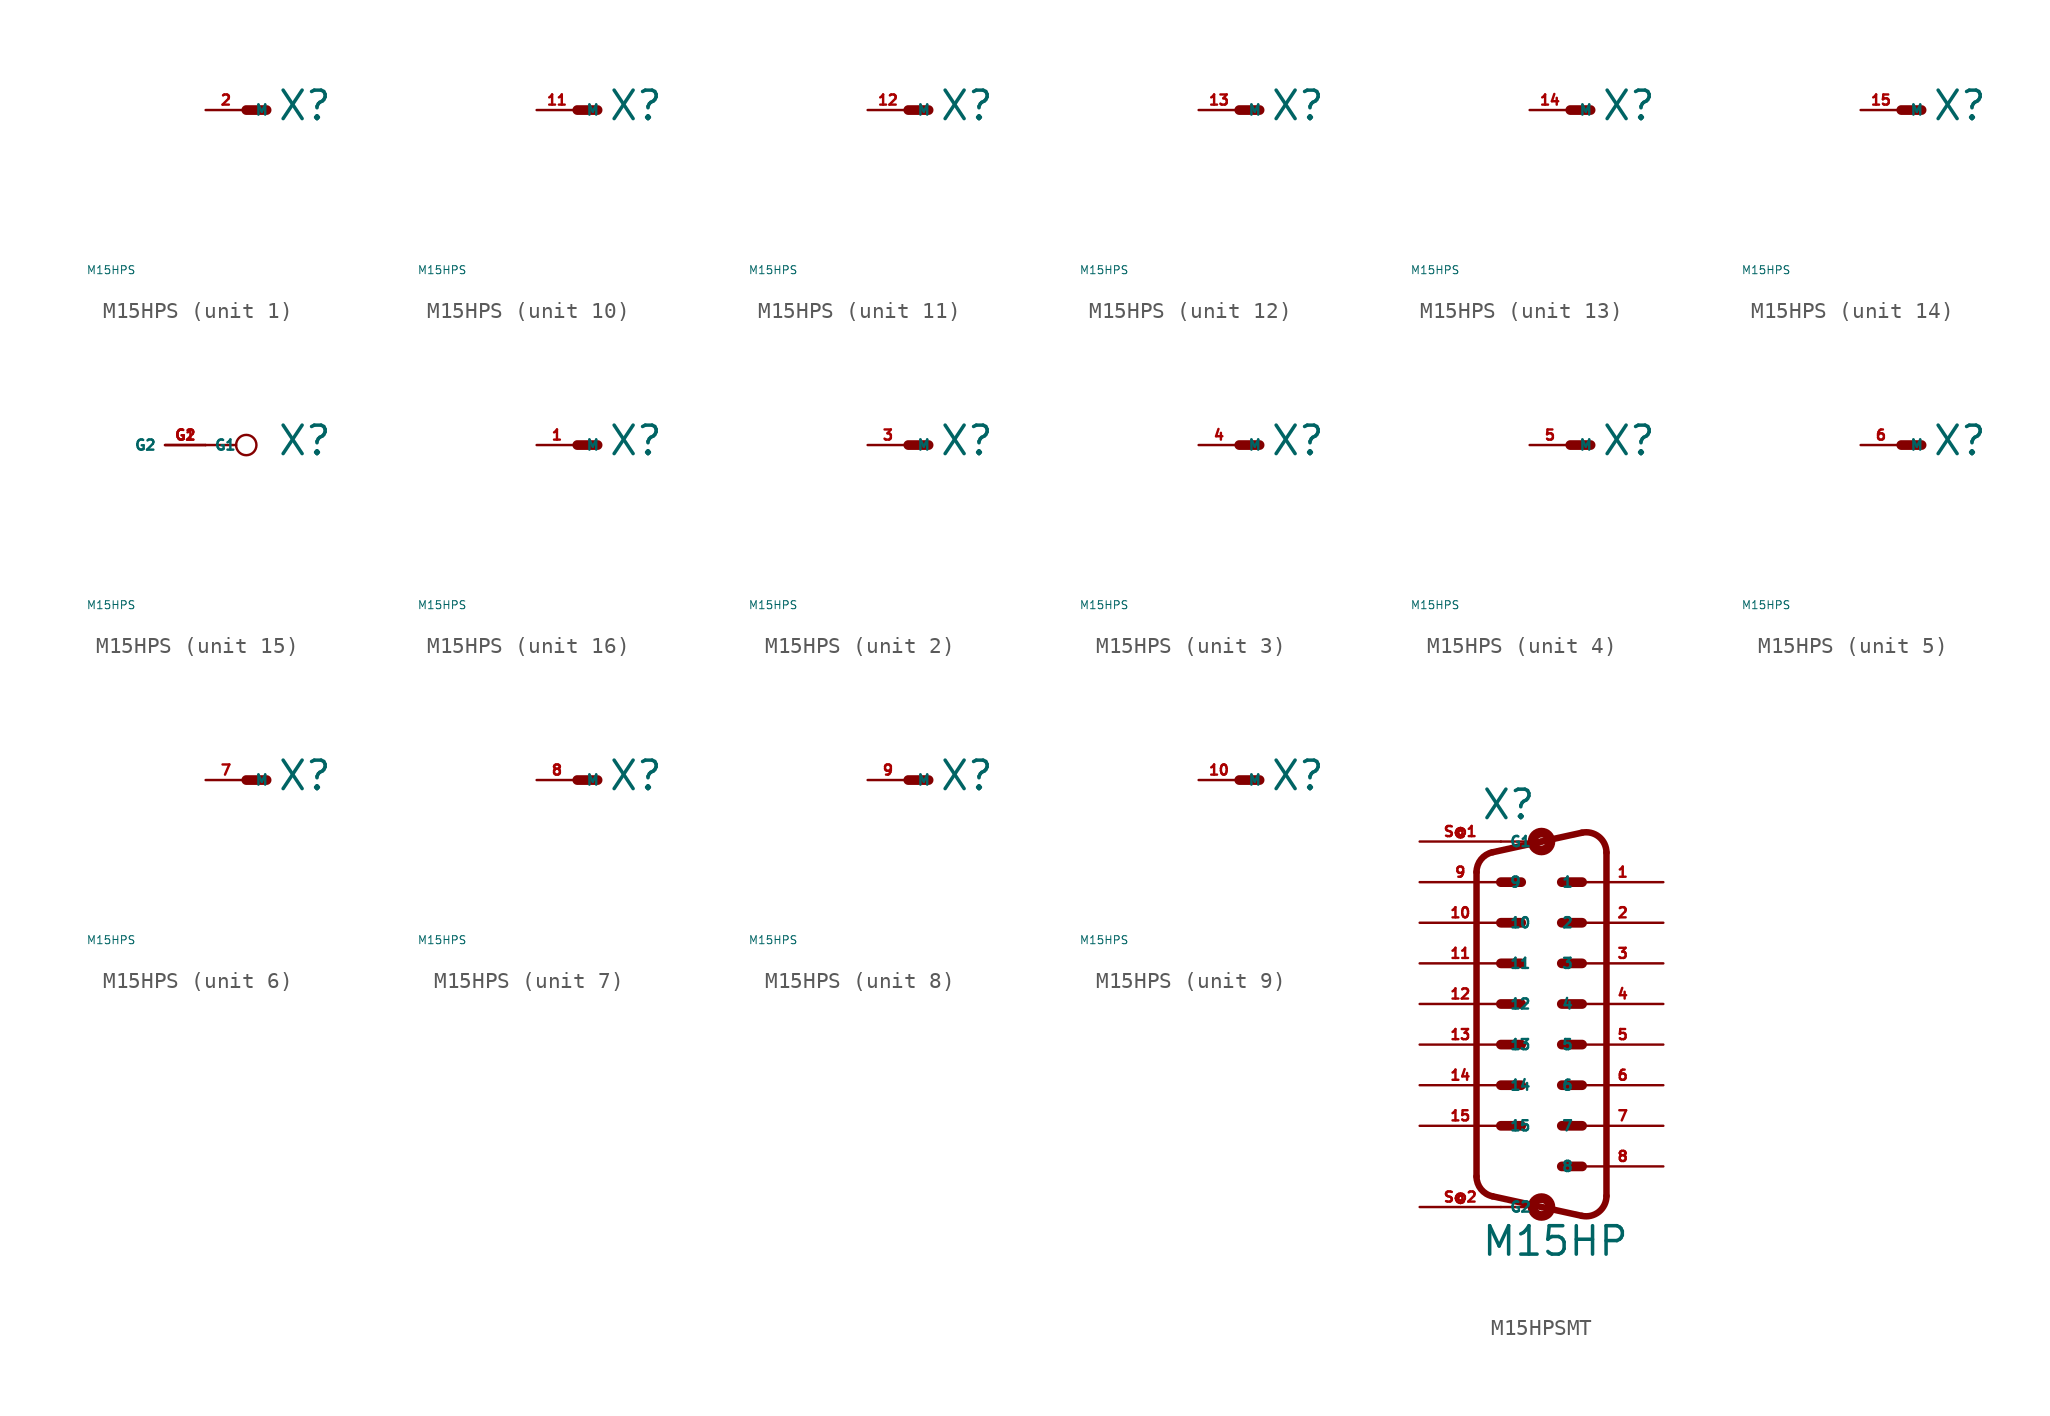
<source format=kicad_sym>
(kicad_symbol_lib
  (version 20220914)
  (generator Eagle2Kicad)
  (symbol "M15HPS"
    (property "Reference" "X"
      (at 1.905 -0.762 0)
      (effects (font (size 1.778 1.778) (thickness 0.22)) (justify left bottom)))
    (property "Value" "M15HPS"
      (at -10 -10 0)
      (effects (font (size 0.5 0.5) (thickness 0.06)) (justify left)))
    (symbol "M15HPS_1_0"
      (polyline (pts (xy 0 0) (xy 1.27 0)) (stroke (width 0.61) (type default)) (fill (type none)))
      (pin passive line (at -2.54 0 0) (length 2.54) (name "M" (effects (font (size 0.635 0.635) (thickness 0.08)) (justify left bottom))) (number "2" (effects (font (size 0.635 0.635) (thickness 0.08)) (justify left bottom)))))
    (symbol "M15HPS_2_0"
      (polyline (pts (xy 0 0) (xy 1.27 0)) (stroke (width 0.61) (type default)) (fill (type none)))
      (pin passive line (at -2.54 0 0) (length 2.54) (name "M" (effects (font (size 0.635 0.635) (thickness 0.08)) (justify left bottom))) (number "3" (effects (font (size 0.635 0.635) (thickness 0.08)) (justify left bottom)))))
    (symbol "M15HPS_3_0"
      (polyline (pts (xy 0 0) (xy 1.27 0)) (stroke (width 0.61) (type default)) (fill (type none)))
      (pin passive line (at -2.54 0 0) (length 2.54) (name "M" (effects (font (size 0.635 0.635) (thickness 0.08)) (justify left bottom))) (number "4" (effects (font (size 0.635 0.635) (thickness 0.08)) (justify left bottom)))))
    (symbol "M15HPS_4_0"
      (polyline (pts (xy 0 0) (xy 1.27 0)) (stroke (width 0.61) (type default)) (fill (type none)))
      (pin passive line (at -2.54 0 0) (length 2.54) (name "M" (effects (font (size 0.635 0.635) (thickness 0.08)) (justify left bottom))) (number "5" (effects (font (size 0.635 0.635) (thickness 0.08)) (justify left bottom)))))
    (symbol "M15HPS_5_0"
      (polyline (pts (xy 0 0) (xy 1.27 0)) (stroke (width 0.61) (type default)) (fill (type none)))
      (pin passive line (at -2.54 0 0) (length 2.54) (name "M" (effects (font (size 0.635 0.635) (thickness 0.08)) (justify left bottom))) (number "6" (effects (font (size 0.635 0.635) (thickness 0.08)) (justify left bottom)))))
    (symbol "M15HPS_6_0"
      (polyline (pts (xy 0 0) (xy 1.27 0)) (stroke (width 0.61) (type default)) (fill (type none)))
      (pin passive line (at -2.54 0 0) (length 2.54) (name "M" (effects (font (size 0.635 0.635) (thickness 0.08)) (justify left bottom))) (number "7" (effects (font (size 0.635 0.635) (thickness 0.08)) (justify left bottom)))))
    (symbol "M15HPS_7_0"
      (polyline (pts (xy 0 0) (xy 1.27 0)) (stroke (width 0.61) (type default)) (fill (type none)))
      (pin passive line (at -2.54 0 0) (length 2.54) (name "M" (effects (font (size 0.635 0.635) (thickness 0.08)) (justify left bottom))) (number "8" (effects (font (size 0.635 0.635) (thickness 0.08)) (justify left bottom)))))
    (symbol "M15HPS_8_0"
      (polyline (pts (xy 0 0) (xy 1.27 0)) (stroke (width 0.61) (type default)) (fill (type none)))
      (pin passive line (at -2.54 0 0) (length 2.54) (name "M" (effects (font (size 0.635 0.635) (thickness 0.08)) (justify left bottom))) (number "9" (effects (font (size 0.635 0.635) (thickness 0.08)) (justify left bottom)))))
    (symbol "M15HPS_9_0"
      (polyline (pts (xy 0 0) (xy 1.27 0)) (stroke (width 0.61) (type default)) (fill (type none)))
      (pin passive line (at -2.54 0 0) (length 2.54) (name "M" (effects (font (size 0.635 0.635) (thickness 0.08)) (justify left bottom))) (number "10" (effects (font (size 0.635 0.635) (thickness 0.08)) (justify left bottom)))))
    (symbol "M15HPS_10_0"
      (polyline (pts (xy 0 0) (xy 1.27 0)) (stroke (width 0.61) (type default)) (fill (type none)))
      (pin passive line (at -2.54 0 0) (length 2.54) (name "M" (effects (font (size 0.635 0.635) (thickness 0.08)) (justify left bottom))) (number "11" (effects (font (size 0.635 0.635) (thickness 0.08)) (justify left bottom)))))
    (symbol "M15HPS_11_0"
      (polyline (pts (xy 0 0) (xy 1.27 0)) (stroke (width 0.61) (type default)) (fill (type none)))
      (pin passive line (at -2.54 0 0) (length 2.54) (name "M" (effects (font (size 0.635 0.635) (thickness 0.08)) (justify left bottom))) (number "12" (effects (font (size 0.635 0.635) (thickness 0.08)) (justify left bottom)))))
    (symbol "M15HPS_12_0"
      (polyline (pts (xy 0 0) (xy 1.27 0)) (stroke (width 0.61) (type default)) (fill (type none)))
      (pin passive line (at -2.54 0 0) (length 2.54) (name "M" (effects (font (size 0.635 0.635) (thickness 0.08)) (justify left bottom))) (number "13" (effects (font (size 0.635 0.635) (thickness 0.08)) (justify left bottom)))))
    (symbol "M15HPS_13_0"
      (polyline (pts (xy 0 0) (xy 1.27 0)) (stroke (width 0.61) (type default)) (fill (type none)))
      (pin passive line (at -2.54 0 0) (length 2.54) (name "M" (effects (font (size 0.635 0.635) (thickness 0.08)) (justify left bottom))) (number "14" (effects (font (size 0.635 0.635) (thickness 0.08)) (justify left bottom)))))
    (symbol "M15HPS_14_0"
      (polyline (pts (xy 0 0) (xy 1.27 0)) (stroke (width 0.61) (type default)) (fill (type none)))
      (pin passive line (at -2.54 0 0) (length 2.54) (name "M" (effects (font (size 0.635 0.635) (thickness 0.08)) (justify left bottom))) (number "15" (effects (font (size 0.635 0.635) (thickness 0.08)) (justify left bottom)))))
    (symbol "M15HPS_15_0"
      (polyline (pts (xy -2.54 0) (xy -0.635 0)) (stroke (width 0.152) (type default)) (fill (type none)))
      (circle (center 0 0) (radius 0.635) (stroke (width 0.152) (type default)) (fill (type none)))
      (pin passive line (at -5.08 0 0) (length 2.54) (name "G1" (effects (font (size 0.635 0.635) (thickness 0.08)) (justify left bottom))) (number "G1" (effects (font (size 0.635 0.635) (thickness 0.08)) (justify left bottom))))
      (pin passive line (at -2.54 0 180) (length 2.54) (name "G2" (effects (font (size 0.635 0.635) (thickness 0.08)) (justify left bottom))) (number "G2" (effects (font (size 0.635 0.635) (thickness 0.08)) (justify left bottom)))))
    (symbol "M15HPS_16_0"
      (polyline (pts (xy 0 0) (xy 1.27 0)) (stroke (width 0.61) (type default)) (fill (type none)))
      (pin passive line (at -2.54 0 0) (length 2.54) (name "M" (effects (font (size 0.635 0.635) (thickness 0.08)) (justify left bottom))) (number "1" (effects (font (size 0.635 0.635) (thickness 0.08)) (justify left bottom))))))
  (symbol "M15HPSMT"
    (property "Reference" "X"
      (at -3.81 11.43 0)
      (effects (font (size 1.778 1.778) (thickness 0.22)) (justify left bottom)))
    (property "Value" "M15HP"
      (at -3.81 -15.875 0)
      (effects (font (size 1.778 1.778) (thickness 0.22)) (justify left bottom)))
    (polyline
      (pts (xy -2.54 7.62) (xy -1.27 7.62))
      (stroke (width 0.61) (type default))
      (fill (type none)))
    (polyline
      (pts (xy 1.27 7.62) (xy 2.54 7.62))
      (stroke (width 0.61) (type default))
      (fill (type none)))
    (polyline
      (pts (xy 1.27 5.08) (xy 2.54 5.08))
      (stroke (width 0.61) (type default))
      (fill (type none)))
    (polyline
      (pts (xy -2.54 5.08) (xy -1.27 5.08))
      (stroke (width 0.61) (type default))
      (fill (type none)))
    (polyline
      (pts (xy -2.54 2.54) (xy -1.27 2.54))
      (stroke (width 0.61) (type default))
      (fill (type none)))
    (polyline
      (pts (xy 1.27 2.54) (xy 2.54 2.54))
      (stroke (width 0.61) (type default))
      (fill (type none)))
    (polyline
      (pts (xy -2.54 0) (xy -1.27 0))
      (stroke (width 0.61) (type default))
      (fill (type none)))
    (polyline
      (pts (xy -2.54 -2.54) (xy -1.27 -2.54))
      (stroke (width 0.61) (type default))
      (fill (type none)))
    (polyline
      (pts (xy 1.27 0) (xy 2.54 0))
      (stroke (width 0.61) (type default))
      (fill (type none)))
    (polyline
      (pts (xy 1.27 -2.54) (xy 2.54 -2.54))
      (stroke (width 0.61) (type default))
      (fill (type none)))
    (polyline
      (pts (xy -2.54 -5.08) (xy -1.27 -5.08))
      (stroke (width 0.61) (type default))
      (fill (type none)))
    (polyline
      (pts (xy -2.54 -7.62) (xy -1.27 -7.62))
      (stroke (width 0.61) (type default))
      (fill (type none)))
    (polyline
      (pts (xy 1.27 -5.08) (xy 2.54 -5.08))
      (stroke (width 0.61) (type default))
      (fill (type none)))
    (polyline
      (pts (xy 1.27 -10.16) (xy 2.54 -10.16))
      (stroke (width 0.61) (type default))
      (fill (type none)))
    (polyline
      (pts (xy 1.27 -7.62) (xy 2.54 -7.62))
      (stroke (width 0.61) (type default))
      (fill (type none)))
    (arc
      (start 2.5226 -13.2518)
      (mid 3.590 -13.000)
      (end 4.0637 -12.0112)
      (stroke (width 0.4064) (type default))
      (fill (type none)))
    (polyline
      (pts (xy 2.523 -13.252) (xy 0 -12.7))
      (stroke (width 0.406) (type default))
      (fill (type none)))
    (polyline
      (pts (xy 0 -12.7) (xy -3.065 -12.029))
      (stroke (width 0.406) (type default))
      (fill (type none)))
    (arc
      (start -4.064 -10.7888)
      (mid -3.783 -11.585)
      (end -3.0654 -12.0294)
      (stroke (width 0.4064) (type default))
      (fill (type none)))
    (polyline
      (pts (xy -4.064 8.249) (xy -4.064 -10.789))
      (stroke (width 0.406) (type default))
      (fill (type none)))
    (arc
      (start -3.0654 9.4894)
      (mid -3.783 9.045)
      (end -4.064 8.2488)
      (stroke (width 0.4064) (type default))
      (fill (type none)))
    (polyline
      (pts (xy 4.064 9.471) (xy 4.064 -12.011))
      (stroke (width 0.406) (type default))
      (fill (type none)))
    (polyline
      (pts (xy 2.523 10.712) (xy 0 10.16))
      (stroke (width 0.406) (type default))
      (fill (type none)))
    (polyline
      (pts (xy 0 10.16) (xy -3.065 9.489))
      (stroke (width 0.406) (type default))
      (fill (type none)))
    (arc
      (start 4.064 9.4712)
      (mid 3.590 10.461)
      (end 2.5226 10.7119)
      (stroke (width 0.4064) (type default))
      (fill (type none)))
    (polyline
      (pts (xy 0 10.16) (xy -2.54 10.16))
      (stroke (width 0.152) (type default))
      (fill (type none)))
    (polyline
      (pts (xy -2.54 -12.7) (xy 0 -12.7))
      (stroke (width 0.152) (type default))
      (fill (type none)))
    (circle
      (center 0 10.16)
      (radius 0.254)
      (stroke (width 0.61) (type default))
      (fill (type none)))
    (circle
      (center 0 -12.7)
      (radius 0.254)
      (stroke (width 0.61) (type default))
      (fill (type none)))
    (pin passive line
      (at 7.62 7.62 180)
      (length 5.08)
      (name "1" (effects (font (size 0.635 0.635) (thickness 0.08)) (justify left bottom)))
      (number "1" (effects (font (size 0.635 0.635) (thickness 0.08)) (justify left bottom))))
    (pin passive line
      (at -7.62 7.62 0)
      (length 5.08)
      (name "9" (effects (font (size 0.635 0.635) (thickness 0.08)) (justify left bottom)))
      (number "9" (effects (font (size 0.635 0.635) (thickness 0.08)) (justify left bottom))))
    (pin passive line
      (at 7.62 5.08 180)
      (length 5.08)
      (name "2" (effects (font (size 0.635 0.635) (thickness 0.08)) (justify left bottom)))
      (number "2" (effects (font (size 0.635 0.635) (thickness 0.08)) (justify left bottom))))
    (pin passive line
      (at -7.62 5.08 0)
      (length 5.08)
      (name "10" (effects (font (size 0.635 0.635) (thickness 0.08)) (justify left bottom)))
      (number "10" (effects (font (size 0.635 0.635) (thickness 0.08)) (justify left bottom))))
    (pin passive line
      (at 7.62 2.54 180)
      (length 5.08)
      (name "3" (effects (font (size 0.635 0.635) (thickness 0.08)) (justify left bottom)))
      (number "3" (effects (font (size 0.635 0.635) (thickness 0.08)) (justify left bottom))))
    (pin passive line
      (at -7.62 2.54 0)
      (length 5.08)
      (name "11" (effects (font (size 0.635 0.635) (thickness 0.08)) (justify left bottom)))
      (number "11" (effects (font (size 0.635 0.635) (thickness 0.08)) (justify left bottom))))
    (pin passive line
      (at 7.62 0 180)
      (length 5.08)
      (name "4" (effects (font (size 0.635 0.635) (thickness 0.08)) (justify left bottom)))
      (number "4" (effects (font (size 0.635 0.635) (thickness 0.08)) (justify left bottom))))
    (pin passive line
      (at -7.62 0 0)
      (length 5.08)
      (name "12" (effects (font (size 0.635 0.635) (thickness 0.08)) (justify left bottom)))
      (number "12" (effects (font (size 0.635 0.635) (thickness 0.08)) (justify left bottom))))
    (pin passive line
      (at 7.62 -2.54 180)
      (length 5.08)
      (name "5" (effects (font (size 0.635 0.635) (thickness 0.08)) (justify left bottom)))
      (number "5" (effects (font (size 0.635 0.635) (thickness 0.08)) (justify left bottom))))
    (pin passive line
      (at -7.62 -2.54 0)
      (length 5.08)
      (name "13" (effects (font (size 0.635 0.635) (thickness 0.08)) (justify left bottom)))
      (number "13" (effects (font (size 0.635 0.635) (thickness 0.08)) (justify left bottom))))
    (pin passive line
      (at 7.62 -5.08 180)
      (length 5.08)
      (name "6" (effects (font (size 0.635 0.635) (thickness 0.08)) (justify left bottom)))
      (number "6" (effects (font (size 0.635 0.635) (thickness 0.08)) (justify left bottom))))
    (pin passive line
      (at -7.62 -5.08 0)
      (length 5.08)
      (name "14" (effects (font (size 0.635 0.635) (thickness 0.08)) (justify left bottom)))
      (number "14" (effects (font (size 0.635 0.635) (thickness 0.08)) (justify left bottom))))
    (pin passive line
      (at 7.62 -7.62 180)
      (length 5.08)
      (name "7" (effects (font (size 0.635 0.635) (thickness 0.08)) (justify left bottom)))
      (number "7" (effects (font (size 0.635 0.635) (thickness 0.08)) (justify left bottom))))
    (pin passive line
      (at -7.62 -7.62 0)
      (length 5.08)
      (name "15" (effects (font (size 0.635 0.635) (thickness 0.08)) (justify left bottom)))
      (number "15" (effects (font (size 0.635 0.635) (thickness 0.08)) (justify left bottom))))
    (pin passive line
      (at 7.62 -10.16 180)
      (length 5.08)
      (name "8" (effects (font (size 0.635 0.635) (thickness 0.08)) (justify left bottom)))
      (number "8" (effects (font (size 0.635 0.635) (thickness 0.08)) (justify left bottom))))
    (pin passive line
      (at -7.62 10.16 0)
      (length 5.08)
      (name "G1" (effects (font (size 0.635 0.635) (thickness 0.08)) (justify left bottom)))
      (number "S@1" (effects (font (size 0.635 0.635) (thickness 0.08)) (justify left bottom))))
    (pin passive line
      (at -7.62 -12.7 0)
      (length 5.08)
      (name "G2" (effects (font (size 0.635 0.635) (thickness 0.08)) (justify left bottom)))
      (number "S@2" (effects (font (size 0.635 0.635) (thickness 0.08)) (justify left bottom))))))
</source>
